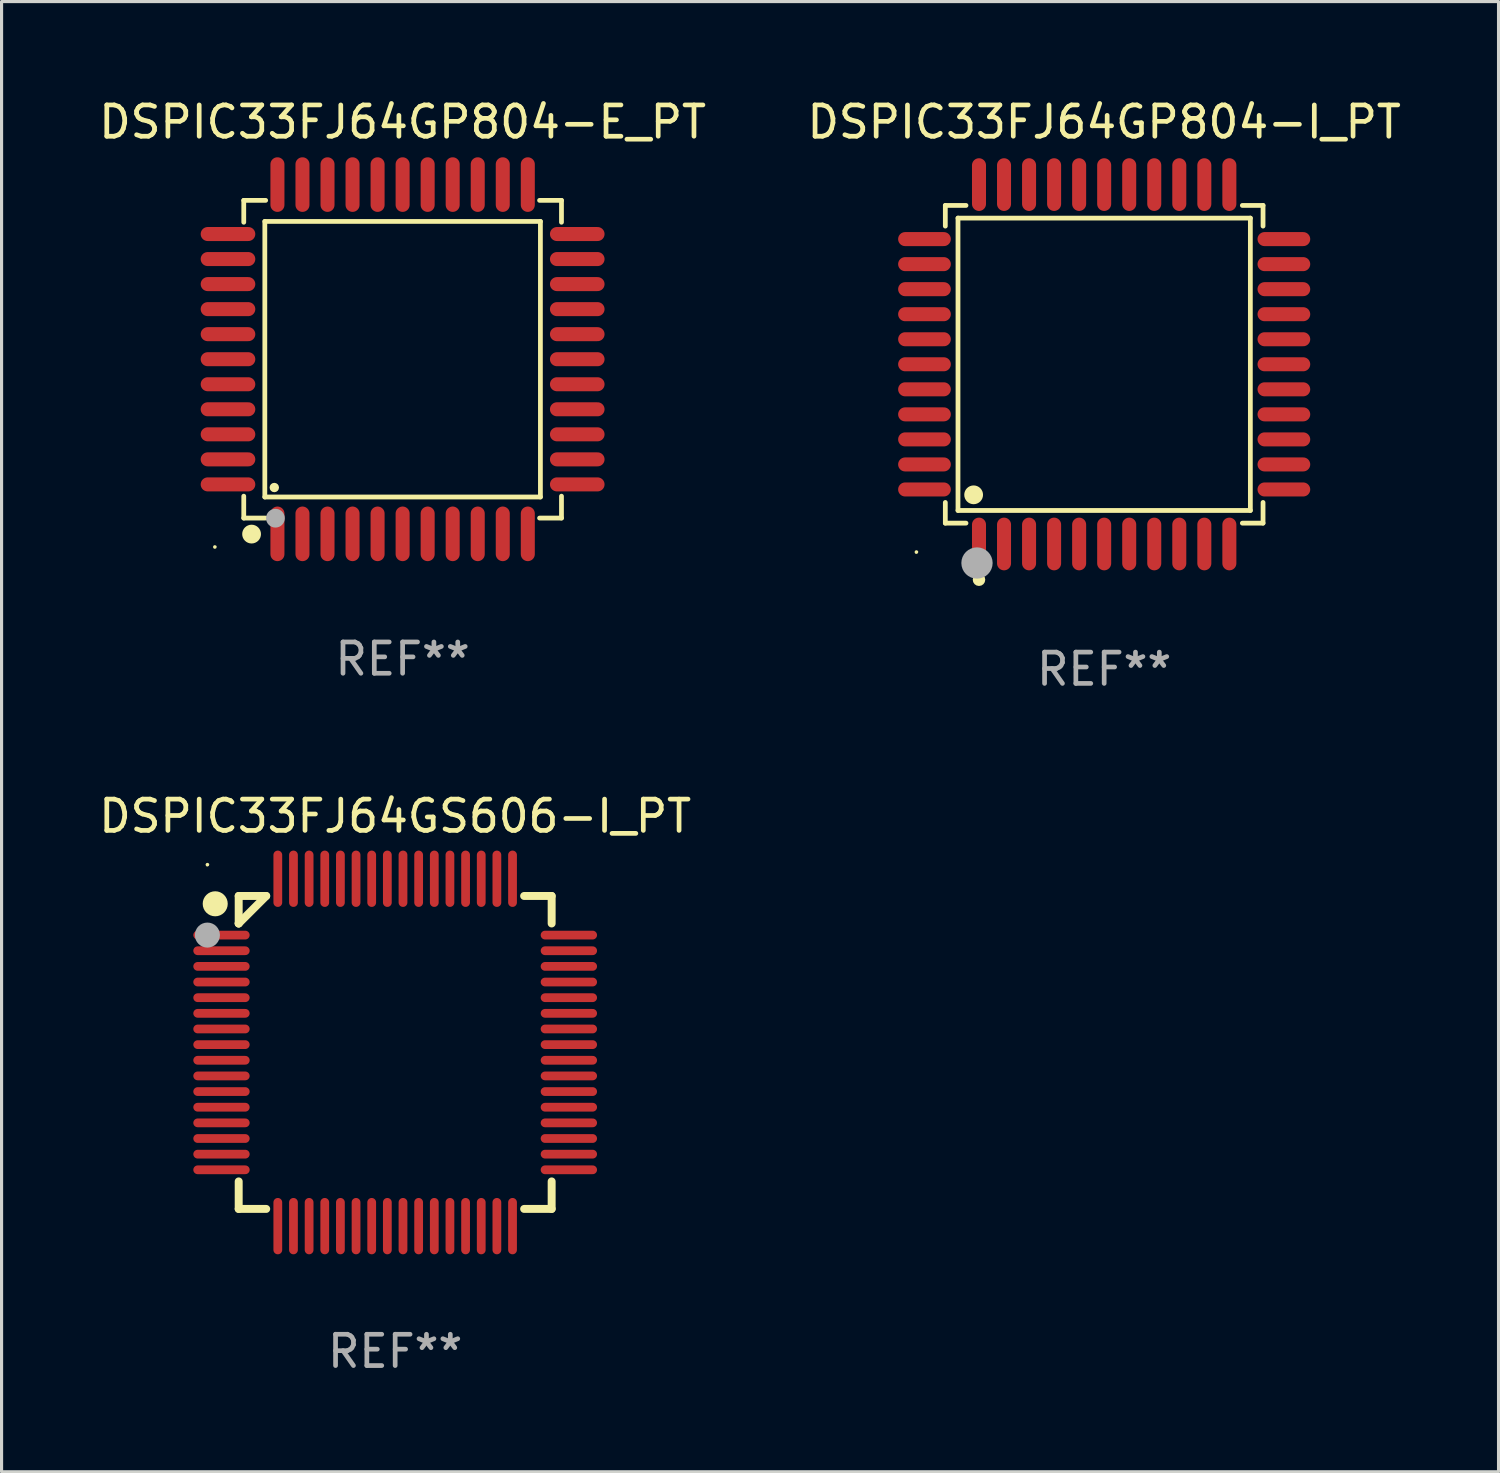
<source format=kicad_pcb>
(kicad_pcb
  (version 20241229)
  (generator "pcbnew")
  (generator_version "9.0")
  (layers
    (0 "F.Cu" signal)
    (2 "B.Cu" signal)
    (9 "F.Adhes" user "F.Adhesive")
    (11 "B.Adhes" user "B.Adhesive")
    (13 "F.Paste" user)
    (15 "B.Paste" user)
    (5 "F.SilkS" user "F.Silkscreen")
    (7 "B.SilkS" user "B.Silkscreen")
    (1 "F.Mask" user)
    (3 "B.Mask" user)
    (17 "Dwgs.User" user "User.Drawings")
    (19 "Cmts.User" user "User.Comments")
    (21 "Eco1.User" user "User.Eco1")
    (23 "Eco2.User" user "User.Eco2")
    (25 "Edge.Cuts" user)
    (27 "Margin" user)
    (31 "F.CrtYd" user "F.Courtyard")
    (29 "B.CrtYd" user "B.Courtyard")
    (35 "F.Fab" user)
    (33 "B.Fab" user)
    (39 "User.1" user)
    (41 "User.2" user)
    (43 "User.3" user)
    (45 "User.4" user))
  (footprint "DSPIC33FJ64GP804-I_PT"
    (layer "F.Cu")
    (at 32.232 8.59)
    (property "Reference" "DSPIC33FJ64GP804-I_PT" (at 0 -7.742 0) (layer "F.SilkS") (effects (font (size 1 1) (thickness 0.15))))
    (attr through_hole)
    (fp_line (start -5.076 -5.076) (end -4.415 -5.076) (stroke (width 0.152) (type solid)) (layer "F.SilkS"))
    (fp_line (start -5.076 -4.415) (end -5.076 -5.076) (stroke (width 0.152) (type solid)) (layer "F.SilkS"))
    (fp_line (start -5.076 4.415) (end -5.076 5.076) (stroke (width 0.152) (type solid)) (layer "F.SilkS"))
    (fp_line (start -5.076 5.076) (end -4.415 5.076) (stroke (width 0.152) (type solid)) (layer "F.SilkS"))
    (fp_line (start -4.671 -4.671) (end 4.671 -4.671) (stroke (width 0.152) (type solid)) (layer "F.SilkS"))
    (fp_line (start -4.671 4.671) (end -4.671 -4.671) (stroke (width 0.152) (type solid)) (layer "F.SilkS"))
    (fp_line (start 4.671 -4.671) (end 4.671 4.671) (stroke (width 0.152) (type solid)) (layer "F.SilkS"))
    (fp_line (start 4.671 4.671) (end -4.671 4.671) (stroke (width 0.152) (type solid)) (layer "F.SilkS"))
    (fp_line (start 5.076 -5.076) (end 4.415 -5.076) (stroke (width 0.152) (type solid)) (layer "F.SilkS"))
    (fp_line (start 5.076 -4.415) (end 5.076 -5.076) (stroke (width 0.152) (type solid)) (layer "F.SilkS"))
    (fp_line (start 5.076 4.415) (end 5.076 5.076) (stroke (width 0.152) (type solid)) (layer "F.SilkS"))
    (fp_line (start 5.076 5.076) (end 4.415 5.076) (stroke (width 0.152) (type solid)) (layer "F.SilkS"))
    (fp_circle (center -6 6) (end -5.97 6) (stroke (width 0.06) (type solid)) (fill no) (layer "F.SilkS"))
    (fp_circle (center -4.171 4.171) (end -4.021 4.171) (stroke (width 0.3) (type solid)) (fill no) (layer "F.SilkS"))
    (fp_circle (center -4 6.884) (end -3.9 6.884) (stroke (width 0.2) (type solid)) (fill no) (layer "F.SilkS"))
    (fp_circle (center -4.064 6.35) (end -3.814 6.35) (stroke (width 0.5) (type solid)) (fill no) (layer "F.Fab"))
    (fp_text user "REF**" (at 0 9.742 0) (layer "F.Fab") (effects (font (size 1 1) (thickness 0.15))))
    (pad "1" smd oval (at -4 5.742) (size 0.448 1.684) (layers "F.Cu" "F.Mask" "F.Paste"))
    (pad "2" smd oval (at -3.2 5.742) (size 0.448 1.684) (layers "F.Cu" "F.Mask" "F.Paste"))
    (pad "3" smd oval (at -2.4 5.742) (size 0.448 1.684) (layers "F.Cu" "F.Mask" "F.Paste"))
    (pad "4" smd oval (at -1.6 5.742) (size 0.448 1.684) (layers "F.Cu" "F.Mask" "F.Paste"))
    (pad "5" smd oval (at -0.8 5.742) (size 0.448 1.684) (layers "F.Cu" "F.Mask" "F.Paste"))
    (pad "6" smd oval (at 0 5.742) (size 0.448 1.684) (layers "F.Cu" "F.Mask" "F.Paste"))
    (pad "7" smd oval (at 0.8 5.742) (size 0.448 1.684) (layers "F.Cu" "F.Mask" "F.Paste"))
    (pad "8" smd oval (at 1.6 5.742) (size 0.448 1.684) (layers "F.Cu" "F.Mask" "F.Paste"))
    (pad "9" smd oval (at 2.4 5.742) (size 0.448 1.684) (layers "F.Cu" "F.Mask" "F.Paste"))
    (pad "10" smd oval (at 3.2 5.742) (size 0.448 1.684) (layers "F.Cu" "F.Mask" "F.Paste"))
    (pad "11" smd oval (at 4 5.742) (size 0.448 1.684) (layers "F.Cu" "F.Mask" "F.Paste"))
    (pad "12" smd oval (at 5.742 4) (size 1.684 0.448) (layers "F.Cu" "F.Mask" "F.Paste"))
    (pad "13" smd oval (at 5.742 3.2) (size 1.684 0.448) (layers "F.Cu" "F.Mask" "F.Paste"))
    (pad "14" smd oval (at 5.742 2.4) (size 1.684 0.448) (layers "F.Cu" "F.Mask" "F.Paste"))
    (pad "15" smd oval (at 5.742 1.6) (size 1.684 0.448) (layers "F.Cu" "F.Mask" "F.Paste"))
    (pad "16" smd oval (at 5.742 0.8) (size 1.684 0.448) (layers "F.Cu" "F.Mask" "F.Paste"))
    (pad "17" smd oval (at 5.742 0) (size 1.684 0.448) (layers "F.Cu" "F.Mask" "F.Paste"))
    (pad "18" smd oval (at 5.742 -0.8) (size 1.684 0.448) (layers "F.Cu" "F.Mask" "F.Paste"))
    (pad "19" smd oval (at 5.742 -1.6) (size 1.684 0.448) (layers "F.Cu" "F.Mask" "F.Paste"))
    (pad "20" smd oval (at 5.742 -2.4) (size 1.684 0.448) (layers "F.Cu" "F.Mask" "F.Paste"))
    (pad "21" smd oval (at 5.742 -3.2) (size 1.684 0.448) (layers "F.Cu" "F.Mask" "F.Paste"))
    (pad "22" smd oval (at 5.742 -4) (size 1.684 0.448) (layers "F.Cu" "F.Mask" "F.Paste"))
    (pad "23" smd oval (at 4 -5.742) (size 0.448 1.684) (layers "F.Cu" "F.Mask" "F.Paste"))
    (pad "24" smd oval (at 3.2 -5.742) (size 0.448 1.684) (layers "F.Cu" "F.Mask" "F.Paste"))
    (pad "25" smd oval (at 2.4 -5.742) (size 0.448 1.684) (layers "F.Cu" "F.Mask" "F.Paste"))
    (pad "26" smd oval (at 1.6 -5.742) (size 0.448 1.684) (layers "F.Cu" "F.Mask" "F.Paste"))
    (pad "27" smd oval (at 0.8 -5.742) (size 0.448 1.684) (layers "F.Cu" "F.Mask" "F.Paste"))
    (pad "28" smd oval (at 0 -5.742) (size 0.448 1.684) (layers "F.Cu" "F.Mask" "F.Paste"))
    (pad "29" smd oval (at -0.8 -5.742) (size 0.448 1.684) (layers "F.Cu" "F.Mask" "F.Paste"))
    (pad "30" smd oval (at -1.6 -5.742) (size 0.448 1.684) (layers "F.Cu" "F.Mask" "F.Paste"))
    (pad "31" smd oval (at -2.4 -5.742) (size 0.448 1.684) (layers "F.Cu" "F.Mask" "F.Paste"))
    (pad "32" smd oval (at -3.2 -5.742) (size 0.448 1.684) (layers "F.Cu" "F.Mask" "F.Paste"))
    (pad "33" smd oval (at -4 -5.742) (size 0.448 1.684) (layers "F.Cu" "F.Mask" "F.Paste"))
    (pad "34" smd oval (at -5.742 -4) (size 1.684 0.448) (layers "F.Cu" "F.Mask" "F.Paste"))
    (pad "35" smd oval (at -5.742 -3.2) (size 1.684 0.448) (layers "F.Cu" "F.Mask" "F.Paste"))
    (pad "36" smd oval (at -5.742 -2.4) (size 1.684 0.448) (layers "F.Cu" "F.Mask" "F.Paste"))
    (pad "37" smd oval (at -5.742 -1.6) (size 1.684 0.448) (layers "F.Cu" "F.Mask" "F.Paste"))
    (pad "38" smd oval (at -5.742 -0.8) (size 1.684 0.448) (layers "F.Cu" "F.Mask" "F.Paste"))
    (pad "39" smd oval (at -5.742 0) (size 1.684 0.448) (layers "F.Cu" "F.Mask" "F.Paste"))
    (pad "40" smd oval (at -5.742 0.8) (size 1.684 0.448) (layers "F.Cu" "F.Mask" "F.Paste"))
    (pad "41" smd oval (at -5.742 1.6) (size 1.684 0.448) (layers "F.Cu" "F.Mask" "F.Paste"))
    (pad "42" smd oval (at -5.742 2.4) (size 1.684 0.448) (layers "F.Cu" "F.Mask" "F.Paste"))
    (pad "43" smd oval (at -5.742 3.2) (size 1.684 0.448) (layers "F.Cu" "F.Mask" "F.Paste"))
    (pad "44" smd oval (at -5.742 4) (size 1.684 0.448) (layers "F.Cu" "F.Mask" "F.Paste")))
  (footprint "DSPIC33FJ64GS606-I_PT"
    (layer "F.Cu")
    (at 9.577 30.579)
    (property "Reference" "DSPIC33FJ64GS606-I_PT" (at 0 -7.55 0) (layer "F.SilkS") (effects (font (size 1 1) (thickness 0.15))))
    (attr through_hole)
    (fp_line (start -5 -5) (end -4.121 -5) (stroke (width 0.254) (type solid)) (layer "F.SilkS"))
    (fp_line (start -5 -4.121) (end -5 -5) (stroke (width 0.254) (type solid)) (layer "F.SilkS"))
    (fp_line (start -5 -4.121) (end -5 -4.121) (stroke (width 0.254) (type solid)) (layer "F.SilkS"))
    (fp_line (start -5 -4.121) (end -4.121 -5) (stroke (width 0.254) (type solid)) (layer "F.SilkS"))
    (fp_line (start -5 5) (end -5 4.121) (stroke (width 0.254) (type solid)) (layer "F.SilkS"))
    (fp_line (start -4.121 5) (end -5 5) (stroke (width 0.254) (type solid)) (layer "F.SilkS"))
    (fp_line (start 4.121 -5) (end 5 -5) (stroke (width 0.254) (type solid)) (layer "F.SilkS"))
    (fp_line (start 5 -5) (end 5 -4.121) (stroke (width 0.254) (type solid)) (layer "F.SilkS"))
    (fp_line (start 5 4.121) (end 5 5) (stroke (width 0.254) (type solid)) (layer "F.SilkS"))
    (fp_line (start 5 5) (end 4.121 5) (stroke (width 0.254) (type solid)) (layer "F.SilkS"))
    (fp_circle (center -6 -6) (end -5.97 -6) (stroke (width 0.06) (type solid)) (fill no) (layer "F.SilkS"))
    (fp_circle (center -5.75 -4.75) (end -5.55 -4.75) (stroke (width 0.4) (type solid)) (fill no) (layer "F.SilkS"))
    (fp_circle (center -6 -3.75) (end -5.8 -3.75) (stroke (width 0.4) (type solid)) (fill no) (layer "F.Fab"))
    (fp_text user "REF**" (at 0 9.55 0) (layer "F.Fab") (effects (font (size 1 1) (thickness 0.15))))
    (pad "1" smd oval (at -5.55 -3.75 90) (size 0.28 1.8) (layers "F.Cu" "F.Mask" "F.Paste"))
    (pad "2" smd oval (at -5.55 -3.25 90) (size 0.28 1.8) (layers "F.Cu" "F.Mask" "F.Paste"))
    (pad "3" smd oval (at -5.55 -2.75 90) (size 0.28 1.8) (layers "F.Cu" "F.Mask" "F.Paste"))
    (pad "4" smd oval (at -5.55 -2.25 90) (size 0.28 1.8) (layers "F.Cu" "F.Mask" "F.Paste"))
    (pad "5" smd oval (at -5.55 -1.75 90) (size 0.28 1.8) (layers "F.Cu" "F.Mask" "F.Paste"))
    (pad "6" smd oval (at -5.55 -1.25 90) (size 0.28 1.8) (layers "F.Cu" "F.Mask" "F.Paste"))
    (pad "7" smd oval (at -5.55 -0.75 90) (size 0.28 1.8) (layers "F.Cu" "F.Mask" "F.Paste"))
    (pad "8" smd oval (at -5.55 -0.25 90) (size 0.28 1.8) (layers "F.Cu" "F.Mask" "F.Paste"))
    (pad "9" smd oval (at -5.55 0.25 90) (size 0.28 1.8) (layers "F.Cu" "F.Mask" "F.Paste"))
    (pad "10" smd oval (at -5.55 0.75 90) (size 0.28 1.8) (layers "F.Cu" "F.Mask" "F.Paste"))
    (pad "11" smd oval (at -5.55 1.25 90) (size 0.28 1.8) (layers "F.Cu" "F.Mask" "F.Paste"))
    (pad "12" smd oval (at -5.55 1.75 90) (size 0.28 1.8) (layers "F.Cu" "F.Mask" "F.Paste"))
    (pad "13" smd oval (at -5.55 2.25 90) (size 0.28 1.8) (layers "F.Cu" "F.Mask" "F.Paste"))
    (pad "14" smd oval (at -5.55 2.75 90) (size 0.28 1.8) (layers "F.Cu" "F.Mask" "F.Paste"))
    (pad "15" smd oval (at -5.55 3.25 90) (size 0.28 1.8) (layers "F.Cu" "F.Mask" "F.Paste"))
    (pad "16" smd oval (at -5.55 3.75 90) (size 0.28 1.8) (layers "F.Cu" "F.Mask" "F.Paste"))
    (pad "17" smd oval (at -3.75 5.55) (size 0.28 1.8) (layers "F.Cu" "F.Mask" "F.Paste"))
    (pad "18" smd oval (at -3.25 5.55) (size 0.28 1.8) (layers "F.Cu" "F.Mask" "F.Paste"))
    (pad "19" smd oval (at -2.75 5.55) (size 0.28 1.8) (layers "F.Cu" "F.Mask" "F.Paste"))
    (pad "20" smd oval (at -2.25 5.55) (size 0.28 1.8) (layers "F.Cu" "F.Mask" "F.Paste"))
    (pad "21" smd oval (at -1.75 5.55) (size 0.28 1.8) (layers "F.Cu" "F.Mask" "F.Paste"))
    (pad "22" smd oval (at -1.25 5.55) (size 0.28 1.8) (layers "F.Cu" "F.Mask" "F.Paste"))
    (pad "23" smd oval (at -0.75 5.55) (size 0.28 1.8) (layers "F.Cu" "F.Mask" "F.Paste"))
    (pad "24" smd oval (at -0.25 5.55) (size 0.28 1.8) (layers "F.Cu" "F.Mask" "F.Paste"))
    (pad "25" smd oval (at 0.25 5.55) (size 0.28 1.8) (layers "F.Cu" "F.Mask" "F.Paste"))
    (pad "26" smd oval (at 0.75 5.55) (size 0.28 1.8) (layers "F.Cu" "F.Mask" "F.Paste"))
    (pad "27" smd oval (at 1.25 5.55) (size 0.28 1.8) (layers "F.Cu" "F.Mask" "F.Paste"))
    (pad "28" smd oval (at 1.75 5.55) (size 0.28 1.8) (layers "F.Cu" "F.Mask" "F.Paste"))
    (pad "29" smd oval (at 2.25 5.55) (size 0.28 1.8) (layers "F.Cu" "F.Mask" "F.Paste"))
    (pad "30" smd oval (at 2.75 5.55) (size 0.28 1.8) (layers "F.Cu" "F.Mask" "F.Paste"))
    (pad "31" smd oval (at 3.25 5.55) (size 0.28 1.8) (layers "F.Cu" "F.Mask" "F.Paste"))
    (pad "32" smd oval (at 3.75 5.55) (size 0.28 1.8) (layers "F.Cu" "F.Mask" "F.Paste"))
    (pad "33" smd oval (at 5.55 3.75 90) (size 0.28 1.8) (layers "F.Cu" "F.Mask" "F.Paste"))
    (pad "34" smd oval (at 5.55 3.25 90) (size 0.28 1.8) (layers "F.Cu" "F.Mask" "F.Paste"))
    (pad "35" smd oval (at 5.55 2.75 90) (size 0.28 1.8) (layers "F.Cu" "F.Mask" "F.Paste"))
    (pad "36" smd oval (at 5.55 2.25 90) (size 0.28 1.8) (layers "F.Cu" "F.Mask" "F.Paste"))
    (pad "37" smd oval (at 5.55 1.75 90) (size 0.28 1.8) (layers "F.Cu" "F.Mask" "F.Paste"))
    (pad "38" smd oval (at 5.55 1.25 90) (size 0.28 1.8) (layers "F.Cu" "F.Mask" "F.Paste"))
    (pad "39" smd oval (at 5.55 0.75 90) (size 0.28 1.8) (layers "F.Cu" "F.Mask" "F.Paste"))
    (pad "40" smd oval (at 5.55 0.25 90) (size 0.28 1.8) (layers "F.Cu" "F.Mask" "F.Paste"))
    (pad "41" smd oval (at 5.55 -0.25 90) (size 0.28 1.8) (layers "F.Cu" "F.Mask" "F.Paste"))
    (pad "42" smd oval (at 5.55 -0.75 90) (size 0.28 1.8) (layers "F.Cu" "F.Mask" "F.Paste"))
    (pad "43" smd oval (at 5.55 -1.25 90) (size 0.28 1.8) (layers "F.Cu" "F.Mask" "F.Paste"))
    (pad "44" smd oval (at 5.55 -1.75 90) (size 0.28 1.8) (layers "F.Cu" "F.Mask" "F.Paste"))
    (pad "45" smd oval (at 5.55 -2.25 90) (size 0.28 1.8) (layers "F.Cu" "F.Mask" "F.Paste"))
    (pad "46" smd oval (at 5.55 -2.75 90) (size 0.28 1.8) (layers "F.Cu" "F.Mask" "F.Paste"))
    (pad "47" smd oval (at 5.55 -3.25 90) (size 0.28 1.8) (layers "F.Cu" "F.Mask" "F.Paste"))
    (pad "48" smd oval (at 5.55 -3.75 90) (size 0.28 1.8) (layers "F.Cu" "F.Mask" "F.Paste"))
    (pad "49" smd oval (at 3.75 -5.55) (size 0.28 1.8) (layers "F.Cu" "F.Mask" "F.Paste"))
    (pad "50" smd oval (at 3.25 -5.55) (size 0.28 1.8) (layers "F.Cu" "F.Mask" "F.Paste"))
    (pad "51" smd oval (at 2.75 -5.55) (size 0.28 1.8) (layers "F.Cu" "F.Mask" "F.Paste"))
    (pad "52" smd oval (at 2.25 -5.55) (size 0.28 1.8) (layers "F.Cu" "F.Mask" "F.Paste"))
    (pad "53" smd oval (at 1.75 -5.55) (size 0.28 1.8) (layers "F.Cu" "F.Mask" "F.Paste"))
    (pad "54" smd oval (at 1.25 -5.55) (size 0.28 1.8) (layers "F.Cu" "F.Mask" "F.Paste"))
    (pad "55" smd oval (at 0.75 -5.55) (size 0.28 1.8) (layers "F.Cu" "F.Mask" "F.Paste"))
    (pad "56" smd oval (at 0.25 -5.55) (size 0.28 1.8) (layers "F.Cu" "F.Mask" "F.Paste"))
    (pad "57" smd oval (at -0.25 -5.55) (size 0.28 1.8) (layers "F.Cu" "F.Mask" "F.Paste"))
    (pad "58" smd oval (at -0.75 -5.55) (size 0.28 1.8) (layers "F.Cu" "F.Mask" "F.Paste"))
    (pad "59" smd oval (at -1.25 -5.55) (size 0.28 1.8) (layers "F.Cu" "F.Mask" "F.Paste"))
    (pad "60" smd oval (at -1.75 -5.55) (size 0.28 1.8) (layers "F.Cu" "F.Mask" "F.Paste"))
    (pad "61" smd oval (at -2.25 -5.55) (size 0.28 1.8) (layers "F.Cu" "F.Mask" "F.Paste"))
    (pad "62" smd oval (at -2.75 -5.55) (size 0.28 1.8) (layers "F.Cu" "F.Mask" "F.Paste"))
    (pad "63" smd oval (at -3.25 -5.55) (size 0.28 1.8) (layers "F.Cu" "F.Mask" "F.Paste"))
    (pad "64" smd oval (at -3.75 -5.55) (size 0.28 1.8) (layers "F.Cu" "F.Mask" "F.Paste")))
  (footprint "DSPIC33FJ64GP804-E_PT"
    (layer "F.Cu")
    (at 9.815 8.428)
    (property "Reference" "DSPIC33FJ64GP804-E_PT" (at 0 -7.58 0) (layer "F.SilkS") (effects (font (size 1 1) (thickness 0.15))))
    (attr through_hole)
    (fp_line (start -5.076 -5.076) (end -5.076 -4.376) (stroke (width 0.152) (type solid)) (layer "F.SilkS"))
    (fp_line (start -5.076 5.076) (end -5.076 4.376) (stroke (width 0.152) (type solid)) (layer "F.SilkS"))
    (fp_line (start -4.403 -4.403) (end 4.403 -4.403) (stroke (width 0.152) (type solid)) (layer "F.SilkS"))
    (fp_line (start -4.403 4.403) (end -4.403 -4.403) (stroke (width 0.152) (type solid)) (layer "F.SilkS"))
    (fp_line (start -4.376 -5.076) (end -5.076 -5.076) (stroke (width 0.152) (type solid)) (layer "F.SilkS"))
    (fp_line (start -4.376 5.076) (end -5.076 5.076) (stroke (width 0.152) (type solid)) (layer "F.SilkS"))
    (fp_line (start 4.376 -5.076) (end 5.076 -5.076) (stroke (width 0.152) (type solid)) (layer "F.SilkS"))
    (fp_line (start 4.376 5.076) (end 5.076 5.076) (stroke (width 0.152) (type solid)) (layer "F.SilkS"))
    (fp_line (start 4.403 -4.403) (end 4.403 4.403) (stroke (width 0.152) (type solid)) (layer "F.SilkS"))
    (fp_line (start 4.403 4.403) (end -4.403 4.403) (stroke (width 0.152) (type solid)) (layer "F.SilkS"))
    (fp_line (start 5.076 -5.076) (end 5.076 -4.376) (stroke (width 0.152) (type solid)) (layer "F.SilkS"))
    (fp_line (start 5.076 5.076) (end 5.076 4.376) (stroke (width 0.152) (type solid)) (layer "F.SilkS"))
    (fp_circle (center -6 6) (end -5.97 6) (stroke (width 0.06) (type solid)) (fill no) (layer "F.SilkS"))
    (fp_circle (center -4.826 5.588) (end -4.676 5.588) (stroke (width 0.3) (type solid)) (fill no) (layer "F.SilkS"))
    (fp_circle (center -4.1 4.1) (end -4.025 4.1) (stroke (width 0.15) (type solid)) (fill no) (layer "F.SilkS"))
    (fp_circle (center -4.064 5.08) (end -3.914 5.08) (stroke (width 0.3) (type solid)) (fill no) (layer "F.Fab"))
    (fp_text user "REF**" (at 0 9.58 0) (layer "F.Fab") (effects (font (size 1 1) (thickness 0.15))))
    (pad "1" smd oval (at -4 5.58) (size 0.448 1.745) (layers "F.Cu" "F.Mask" "F.Paste"))
    (pad "2" smd oval (at -3.2 5.58) (size 0.448 1.745) (layers "F.Cu" "F.Mask" "F.Paste"))
    (pad "3" smd oval (at -2.4 5.58) (size 0.448 1.745) (layers "F.Cu" "F.Mask" "F.Paste"))
    (pad "4" smd oval (at -1.6 5.58) (size 0.448 1.745) (layers "F.Cu" "F.Mask" "F.Paste"))
    (pad "5" smd oval (at -0.8 5.58) (size 0.448 1.745) (layers "F.Cu" "F.Mask" "F.Paste"))
    (pad "6" smd oval (at 0 5.58) (size 0.448 1.745) (layers "F.Cu" "F.Mask" "F.Paste"))
    (pad "7" smd oval (at 0.8 5.58) (size 0.448 1.745) (layers "F.Cu" "F.Mask" "F.Paste"))
    (pad "8" smd oval (at 1.6 5.58) (size 0.448 1.745) (layers "F.Cu" "F.Mask" "F.Paste"))
    (pad "9" smd oval (at 2.4 5.58) (size 0.448 1.745) (layers "F.Cu" "F.Mask" "F.Paste"))
    (pad "10" smd oval (at 3.2 5.58) (size 0.448 1.745) (layers "F.Cu" "F.Mask" "F.Paste"))
    (pad "11" smd oval (at 4 5.58) (size 0.448 1.745) (layers "F.Cu" "F.Mask" "F.Paste"))
    (pad "12" smd oval (at 5.58 4) (size 1.745 0.448) (layers "F.Cu" "F.Mask" "F.Paste"))
    (pad "13" smd oval (at 5.58 3.2) (size 1.745 0.448) (layers "F.Cu" "F.Mask" "F.Paste"))
    (pad "14" smd oval (at 5.58 2.4) (size 1.745 0.448) (layers "F.Cu" "F.Mask" "F.Paste"))
    (pad "15" smd oval (at 5.58 1.6) (size 1.745 0.448) (layers "F.Cu" "F.Mask" "F.Paste"))
    (pad "16" smd oval (at 5.58 0.8) (size 1.745 0.448) (layers "F.Cu" "F.Mask" "F.Paste"))
    (pad "17" smd oval (at 5.58 0) (size 1.745 0.448) (layers "F.Cu" "F.Mask" "F.Paste"))
    (pad "18" smd oval (at 5.58 -0.8) (size 1.745 0.448) (layers "F.Cu" "F.Mask" "F.Paste"))
    (pad "19" smd oval (at 5.58 -1.6) (size 1.745 0.448) (layers "F.Cu" "F.Mask" "F.Paste"))
    (pad "20" smd oval (at 5.58 -2.4) (size 1.745 0.448) (layers "F.Cu" "F.Mask" "F.Paste"))
    (pad "21" smd oval (at 5.58 -3.2) (size 1.745 0.448) (layers "F.Cu" "F.Mask" "F.Paste"))
    (pad "22" smd oval (at 5.58 -4) (size 1.745 0.448) (layers "F.Cu" "F.Mask" "F.Paste"))
    (pad "23" smd oval (at 4 -5.58) (size 0.448 1.745) (layers "F.Cu" "F.Mask" "F.Paste"))
    (pad "24" smd oval (at 3.2 -5.58) (size 0.448 1.745) (layers "F.Cu" "F.Mask" "F.Paste"))
    (pad "25" smd oval (at 2.4 -5.58) (size 0.448 1.745) (layers "F.Cu" "F.Mask" "F.Paste"))
    (pad "26" smd oval (at 1.6 -5.58) (size 0.448 1.745) (layers "F.Cu" "F.Mask" "F.Paste"))
    (pad "27" smd oval (at 0.8 -5.58) (size 0.448 1.745) (layers "F.Cu" "F.Mask" "F.Paste"))
    (pad "28" smd oval (at 0 -5.58) (size 0.448 1.745) (layers "F.Cu" "F.Mask" "F.Paste"))
    (pad "29" smd oval (at -0.8 -5.58) (size 0.448 1.745) (layers "F.Cu" "F.Mask" "F.Paste"))
    (pad "30" smd oval (at -1.6 -5.58) (size 0.448 1.745) (layers "F.Cu" "F.Mask" "F.Paste"))
    (pad "31" smd oval (at -2.4 -5.58) (size 0.448 1.745) (layers "F.Cu" "F.Mask" "F.Paste"))
    (pad "32" smd oval (at -3.2 -5.58) (size 0.448 1.745) (layers "F.Cu" "F.Mask" "F.Paste"))
    (pad "33" smd oval (at -4 -5.58) (size 0.448 1.745) (layers "F.Cu" "F.Mask" "F.Paste"))
    (pad "34" smd oval (at -5.58 -4) (size 1.745 0.448) (layers "F.Cu" "F.Mask" "F.Paste"))
    (pad "35" smd oval (at -5.58 -3.2) (size 1.745 0.448) (layers "F.Cu" "F.Mask" "F.Paste"))
    (pad "36" smd oval (at -5.58 -2.4) (size 1.745 0.448) (layers "F.Cu" "F.Mask" "F.Paste"))
    (pad "37" smd oval (at -5.58 -1.6) (size 1.745 0.448) (layers "F.Cu" "F.Mask" "F.Paste"))
    (pad "38" smd oval (at -5.58 -0.8) (size 1.745 0.448) (layers "F.Cu" "F.Mask" "F.Paste"))
    (pad "39" smd oval (at -5.58 0) (size 1.745 0.448) (layers "F.Cu" "F.Mask" "F.Paste"))
    (pad "40" smd oval (at -5.58 0.8) (size 1.745 0.448) (layers "F.Cu" "F.Mask" "F.Paste"))
    (pad "41" smd oval (at -5.58 1.6) (size 1.745 0.448) (layers "F.Cu" "F.Mask" "F.Paste"))
    (pad "42" smd oval (at -5.58 2.4) (size 1.745 0.448) (layers "F.Cu" "F.Mask" "F.Paste"))
    (pad "43" smd oval (at -5.58 3.2) (size 1.745 0.448) (layers "F.Cu" "F.Mask" "F.Paste"))
    (pad "44" smd oval (at -5.58 4) (size 1.745 0.448) (layers "F.Cu" "F.Mask" "F.Paste")))
  (gr_rect
    (start -3 -3)
    (end 44.833 43.977)
    (stroke (width 0.1) (type default))
    (fill no)
    (layer "Edge.Cuts")))
</source>
